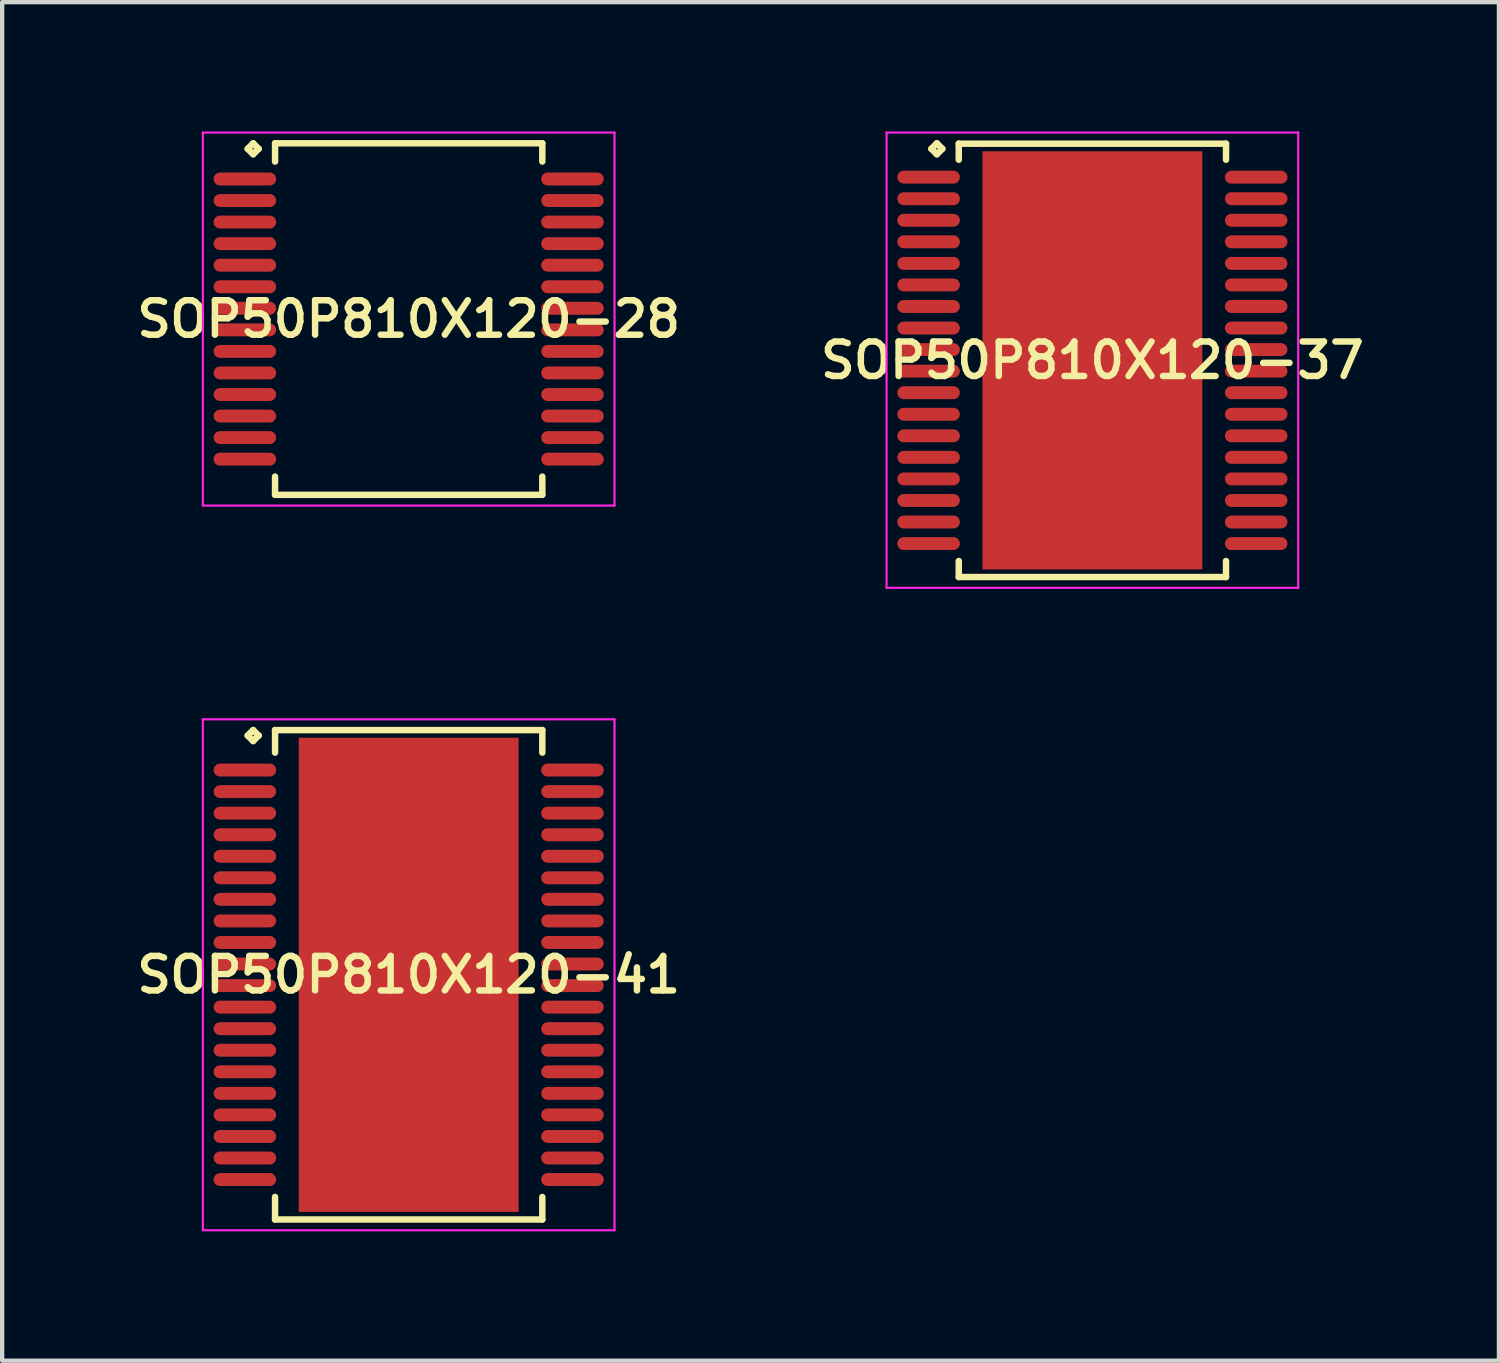
<source format=kicad_pcb>
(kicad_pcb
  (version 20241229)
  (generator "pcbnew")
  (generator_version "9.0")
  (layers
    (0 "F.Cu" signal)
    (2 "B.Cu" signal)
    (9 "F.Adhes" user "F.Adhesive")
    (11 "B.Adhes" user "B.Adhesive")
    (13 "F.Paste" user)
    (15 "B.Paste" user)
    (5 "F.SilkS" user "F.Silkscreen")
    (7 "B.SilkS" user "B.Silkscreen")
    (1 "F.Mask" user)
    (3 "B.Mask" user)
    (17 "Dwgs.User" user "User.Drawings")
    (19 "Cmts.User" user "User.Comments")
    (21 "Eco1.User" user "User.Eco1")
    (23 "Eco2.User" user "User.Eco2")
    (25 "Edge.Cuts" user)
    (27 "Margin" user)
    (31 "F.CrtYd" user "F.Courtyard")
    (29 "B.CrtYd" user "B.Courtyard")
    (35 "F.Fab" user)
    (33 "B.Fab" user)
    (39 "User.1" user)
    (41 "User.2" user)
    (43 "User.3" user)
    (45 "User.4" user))
  (footprint "SOP50P810X120-37"
    (layer "F.Cu")
    (at 22.292 5.31)
    (property "Reference" "SOP50P810X120-37" (at 0 0 0) (layer "F.SilkS") (effects (font (size 0.8 0.8) (thickness 0.15))))
    (attr smd)
    (fp_line (start -3.735 -4.908) (end -3.608 -5.035) (stroke (width 0.15) (type solid)) (layer "F.SilkS"))
    (fp_line (start -3.608 -5.035) (end -3.481 -4.908) (stroke (width 0.15) (type solid)) (layer "F.SilkS"))
    (fp_line (start -3.608 -4.781) (end -3.735 -4.908) (stroke (width 0.15) (type solid)) (layer "F.SilkS"))
    (fp_line (start -3.481 -4.908) (end -3.608 -4.781) (stroke (width 0.15) (type solid)) (layer "F.SilkS"))
    (fp_line (start -3.1 -5.027) (end 3.1 -5.027) (stroke (width 0.15) (type solid)) (layer "F.SilkS"))
    (fp_line (start -3.1 -4.654) (end -3.1 -5.027) (stroke (width 0.15) (type solid)) (layer "F.SilkS"))
    (fp_line (start -3.1 4.654) (end -3.1 5.027) (stroke (width 0.15) (type solid)) (layer "F.SilkS"))
    (fp_line (start -3.1 5.027) (end 3.1 5.027) (stroke (width 0.15) (type solid)) (layer "F.SilkS"))
    (fp_line (start 3.1 -5.027) (end 3.1 -4.654) (stroke (width 0.15) (type solid)) (layer "F.SilkS"))
    (fp_line (start 3.1 5.027) (end 3.1 4.654) (stroke (width 0.15) (type solid)) (layer "F.SilkS"))
    (fp_line (start -4.775 -5.285) (end 4.775 -5.285) (stroke (width 0.05) (type solid)) (layer "F.CrtYd"))
    (fp_line (start -4.775 5.277) (end -4.775 -5.285) (stroke (width 0.05) (type solid)) (layer "F.CrtYd"))
    (fp_line (start 4.775 -5.285) (end 4.775 5.277) (stroke (width 0.05) (type solid)) (layer "F.CrtYd"))
    (fp_line (start 4.775 5.277) (end -4.775 5.277) (stroke (width 0.05) (type solid)) (layer "F.CrtYd"))
    (pad "1" smd oval (at -3.8 -4.25) (size 1.45 0.3) (layers "F.Cu" "F.Mask" "F.Paste"))
    (pad "2" smd oval (at -3.8 -3.75) (size 1.45 0.3) (layers "F.Cu" "F.Mask" "F.Paste"))
    (pad "3" smd oval (at -3.8 -3.25) (size 1.45 0.3) (layers "F.Cu" "F.Mask" "F.Paste"))
    (pad "4" smd oval (at -3.8 -2.75) (size 1.45 0.3) (layers "F.Cu" "F.Mask" "F.Paste"))
    (pad "5" smd oval (at -3.8 -2.25) (size 1.45 0.3) (layers "F.Cu" "F.Mask" "F.Paste"))
    (pad "6" smd oval (at -3.8 -1.75) (size 1.45 0.3) (layers "F.Cu" "F.Mask" "F.Paste"))
    (pad "7" smd oval (at -3.8 -1.25) (size 1.45 0.3) (layers "F.Cu" "F.Mask" "F.Paste"))
    (pad "8" smd oval (at -3.8 -0.75) (size 1.45 0.3) (layers "F.Cu" "F.Mask" "F.Paste"))
    (pad "9" smd oval (at -3.8 -0.25) (size 1.45 0.3) (layers "F.Cu" "F.Mask" "F.Paste"))
    (pad "10" smd oval (at -3.8 0.25) (size 1.45 0.3) (layers "F.Cu" "F.Mask" "F.Paste"))
    (pad "11" smd oval (at -3.8 0.75) (size 1.45 0.3) (layers "F.Cu" "F.Mask" "F.Paste"))
    (pad "12" smd oval (at -3.8 1.25) (size 1.45 0.3) (layers "F.Cu" "F.Mask" "F.Paste"))
    (pad "13" smd oval (at -3.8 1.75) (size 1.45 0.3) (layers "F.Cu" "F.Mask" "F.Paste"))
    (pad "14" smd oval (at -3.8 2.25) (size 1.45 0.3) (layers "F.Cu" "F.Mask" "F.Paste"))
    (pad "15" smd oval (at -3.8 2.75) (size 1.45 0.3) (layers "F.Cu" "F.Mask" "F.Paste"))
    (pad "16" smd oval (at -3.8 3.25) (size 1.45 0.3) (layers "F.Cu" "F.Mask" "F.Paste"))
    (pad "17" smd oval (at -3.8 3.75) (size 1.45 0.3) (layers "F.Cu" "F.Mask" "F.Paste"))
    (pad "18" smd oval (at -3.8 4.25) (size 1.45 0.3) (layers "F.Cu" "F.Mask" "F.Paste"))
    (pad "19" smd oval (at 3.8 4.25) (size 1.45 0.3) (layers "F.Cu" "F.Mask" "F.Paste"))
    (pad "20" smd oval (at 3.8 3.75) (size 1.45 0.3) (layers "F.Cu" "F.Mask" "F.Paste"))
    (pad "21" smd oval (at 3.8 3.25) (size 1.45 0.3) (layers "F.Cu" "F.Mask" "F.Paste"))
    (pad "22" smd oval (at 3.8 2.75) (size 1.45 0.3) (layers "F.Cu" "F.Mask" "F.Paste"))
    (pad "23" smd oval (at 3.8 2.25) (size 1.45 0.3) (layers "F.Cu" "F.Mask" "F.Paste"))
    (pad "24" smd oval (at 3.8 1.75) (size 1.45 0.3) (layers "F.Cu" "F.Mask" "F.Paste"))
    (pad "25" smd oval (at 3.8 1.25) (size 1.45 0.3) (layers "F.Cu" "F.Mask" "F.Paste"))
    (pad "26" smd oval (at 3.8 0.75) (size 1.45 0.3) (layers "F.Cu" "F.Mask" "F.Paste"))
    (pad "27" smd oval (at 3.8 0.25) (size 1.45 0.3) (layers "F.Cu" "F.Mask" "F.Paste"))
    (pad "28" smd oval (at 3.8 -0.25) (size 1.45 0.3) (layers "F.Cu" "F.Mask" "F.Paste"))
    (pad "29" smd oval (at 3.8 -0.75) (size 1.45 0.3) (layers "F.Cu" "F.Mask" "F.Paste"))
    (pad "30" smd oval (at 3.8 -1.25) (size 1.45 0.3) (layers "F.Cu" "F.Mask" "F.Paste"))
    (pad "31" smd oval (at 3.8 -1.75) (size 1.45 0.3) (layers "F.Cu" "F.Mask" "F.Paste"))
    (pad "32" smd oval (at 3.8 -2.25) (size 1.45 0.3) (layers "F.Cu" "F.Mask" "F.Paste"))
    (pad "33" smd oval (at 3.8 -2.75) (size 1.45 0.3) (layers "F.Cu" "F.Mask" "F.Paste"))
    (pad "34" smd oval (at 3.8 -3.25) (size 1.45 0.3) (layers "F.Cu" "F.Mask" "F.Paste"))
    (pad "35" smd oval (at 3.8 -3.75) (size 1.45 0.3) (layers "F.Cu" "F.Mask" "F.Paste"))
    (pad "36" smd oval (at 3.8 -4.25) (size 1.45 0.3) (layers "F.Cu" "F.Mask" "F.Paste"))
    (pad "37" smd rect (at 0 0) (size 5.1 9.7) (layers "F.Cu" "F.Mask" "F.Paste")))
  (footprint "SOP50P810X120-41"
    (layer "F.Cu")
    (at 6.431 19.564)
    (property "Reference" "SOP50P810X120-41" (at 0 0 0) (layer "F.SilkS") (effects (font (size 0.8 0.8) (thickness 0.15))))
    (attr smd)
    (fp_line (start -3.735 -5.55) (end -3.608 -5.677) (stroke (width 0.15) (type solid)) (layer "F.SilkS"))
    (fp_line (start -3.608 -5.677) (end -3.481 -5.55) (stroke (width 0.15) (type solid)) (layer "F.SilkS"))
    (fp_line (start -3.608 -5.423) (end -3.735 -5.55) (stroke (width 0.15) (type solid)) (layer "F.SilkS"))
    (fp_line (start -3.481 -5.55) (end -3.608 -5.423) (stroke (width 0.15) (type solid)) (layer "F.SilkS"))
    (fp_line (start -3.1 -5.677) (end 3.1 -5.677) (stroke (width 0.15) (type solid)) (layer "F.SilkS"))
    (fp_line (start -3.1 -5.154) (end -3.1 -5.677) (stroke (width 0.15) (type solid)) (layer "F.SilkS"))
    (fp_line (start -3.1 5.154) (end -3.1 5.677) (stroke (width 0.15) (type solid)) (layer "F.SilkS"))
    (fp_line (start -3.1 5.677) (end 3.1 5.677) (stroke (width 0.15) (type solid)) (layer "F.SilkS"))
    (fp_line (start 3.1 -5.677) (end 3.1 -5.154) (stroke (width 0.15) (type solid)) (layer "F.SilkS"))
    (fp_line (start 3.1 5.677) (end 3.1 5.154) (stroke (width 0.15) (type solid)) (layer "F.SilkS"))
    (fp_line (start -4.775 -5.927) (end 4.775 -5.927) (stroke (width 0.05) (type solid)) (layer "F.CrtYd"))
    (fp_line (start -4.775 5.927) (end -4.775 -5.927) (stroke (width 0.05) (type solid)) (layer "F.CrtYd"))
    (fp_line (start 4.775 -5.927) (end 4.775 5.927) (stroke (width 0.05) (type solid)) (layer "F.CrtYd"))
    (fp_line (start 4.775 5.927) (end -4.775 5.927) (stroke (width 0.05) (type solid)) (layer "F.CrtYd"))
    (pad "1" smd oval (at -3.8 -4.75) (size 1.45 0.3) (layers "F.Cu" "F.Mask" "F.Paste"))
    (pad "2" smd oval (at -3.8 -4.25) (size 1.45 0.3) (layers "F.Cu" "F.Mask" "F.Paste"))
    (pad "3" smd oval (at -3.8 -3.75) (size 1.45 0.3) (layers "F.Cu" "F.Mask" "F.Paste"))
    (pad "4" smd oval (at -3.8 -3.25) (size 1.45 0.3) (layers "F.Cu" "F.Mask" "F.Paste"))
    (pad "5" smd oval (at -3.8 -2.75) (size 1.45 0.3) (layers "F.Cu" "F.Mask" "F.Paste"))
    (pad "6" smd oval (at -3.8 -2.25) (size 1.45 0.3) (layers "F.Cu" "F.Mask" "F.Paste"))
    (pad "7" smd oval (at -3.8 -1.75) (size 1.45 0.3) (layers "F.Cu" "F.Mask" "F.Paste"))
    (pad "8" smd oval (at -3.8 -1.25) (size 1.45 0.3) (layers "F.Cu" "F.Mask" "F.Paste"))
    (pad "9" smd oval (at -3.8 -0.75) (size 1.45 0.3) (layers "F.Cu" "F.Mask" "F.Paste"))
    (pad "10" smd oval (at -3.8 -0.25) (size 1.45 0.3) (layers "F.Cu" "F.Mask" "F.Paste"))
    (pad "11" smd oval (at -3.8 0.25) (size 1.45 0.3) (layers "F.Cu" "F.Mask" "F.Paste"))
    (pad "12" smd oval (at -3.8 0.75) (size 1.45 0.3) (layers "F.Cu" "F.Mask" "F.Paste"))
    (pad "13" smd oval (at -3.8 1.25) (size 1.45 0.3) (layers "F.Cu" "F.Mask" "F.Paste"))
    (pad "14" smd oval (at -3.8 1.75) (size 1.45 0.3) (layers "F.Cu" "F.Mask" "F.Paste"))
    (pad "15" smd oval (at -3.8 2.25) (size 1.45 0.3) (layers "F.Cu" "F.Mask" "F.Paste"))
    (pad "16" smd oval (at -3.8 2.75) (size 1.45 0.3) (layers "F.Cu" "F.Mask" "F.Paste"))
    (pad "17" smd oval (at -3.8 3.25) (size 1.45 0.3) (layers "F.Cu" "F.Mask" "F.Paste"))
    (pad "18" smd oval (at -3.8 3.75) (size 1.45 0.3) (layers "F.Cu" "F.Mask" "F.Paste"))
    (pad "19" smd oval (at -3.8 4.25) (size 1.45 0.3) (layers "F.Cu" "F.Mask" "F.Paste"))
    (pad "20" smd oval (at -3.8 4.75) (size 1.45 0.3) (layers "F.Cu" "F.Mask" "F.Paste"))
    (pad "21" smd oval (at 3.8 4.75) (size 1.45 0.3) (layers "F.Cu" "F.Mask" "F.Paste"))
    (pad "22" smd oval (at 3.8 4.25) (size 1.45 0.3) (layers "F.Cu" "F.Mask" "F.Paste"))
    (pad "23" smd oval (at 3.8 3.75) (size 1.45 0.3) (layers "F.Cu" "F.Mask" "F.Paste"))
    (pad "24" smd oval (at 3.8 3.25) (size 1.45 0.3) (layers "F.Cu" "F.Mask" "F.Paste"))
    (pad "25" smd oval (at 3.8 2.75) (size 1.45 0.3) (layers "F.Cu" "F.Mask" "F.Paste"))
    (pad "26" smd oval (at 3.8 2.25) (size 1.45 0.3) (layers "F.Cu" "F.Mask" "F.Paste"))
    (pad "27" smd oval (at 3.8 1.75) (size 1.45 0.3) (layers "F.Cu" "F.Mask" "F.Paste"))
    (pad "28" smd oval (at 3.8 1.25) (size 1.45 0.3) (layers "F.Cu" "F.Mask" "F.Paste"))
    (pad "29" smd oval (at 3.8 0.75) (size 1.45 0.3) (layers "F.Cu" "F.Mask" "F.Paste"))
    (pad "30" smd oval (at 3.8 0.25) (size 1.45 0.3) (layers "F.Cu" "F.Mask" "F.Paste"))
    (pad "31" smd oval (at 3.8 -0.25) (size 1.45 0.3) (layers "F.Cu" "F.Mask" "F.Paste"))
    (pad "32" smd oval (at 3.8 -0.75) (size 1.45 0.3) (layers "F.Cu" "F.Mask" "F.Paste"))
    (pad "33" smd oval (at 3.8 -1.25) (size 1.45 0.3) (layers "F.Cu" "F.Mask" "F.Paste"))
    (pad "34" smd oval (at 3.8 -1.75) (size 1.45 0.3) (layers "F.Cu" "F.Mask" "F.Paste"))
    (pad "35" smd oval (at 3.8 -2.25) (size 1.45 0.3) (layers "F.Cu" "F.Mask" "F.Paste"))
    (pad "36" smd oval (at 3.8 -2.75) (size 1.45 0.3) (layers "F.Cu" "F.Mask" "F.Paste"))
    (pad "37" smd oval (at 3.8 -3.25) (size 1.45 0.3) (layers "F.Cu" "F.Mask" "F.Paste"))
    (pad "38" smd oval (at 3.8 -3.75) (size 1.45 0.3) (layers "F.Cu" "F.Mask" "F.Paste"))
    (pad "39" smd oval (at 3.8 -4.25) (size 1.45 0.3) (layers "F.Cu" "F.Mask" "F.Paste"))
    (pad "40" smd oval (at 3.8 -4.75) (size 1.45 0.3) (layers "F.Cu" "F.Mask" "F.Paste"))
    (pad "41" smd rect (at 0 0) (size 5.1 11) (layers "F.Cu" "F.Mask" "F.Paste")))
  (footprint "SOP50P810X120-28"
    (layer "F.Cu")
    (at 6.431 4.352)
    (property "Reference" "SOP50P810X120-28" (at 0 0 0) (layer "F.SilkS") (effects (font (size 0.8 0.8) (thickness 0.15))))
    (attr smd)
    (fp_line (start -3.735 -3.95) (end -3.608 -4.077) (stroke (width 0.15) (type solid)) (layer "F.SilkS"))
    (fp_line (start -3.608 -4.077) (end -3.481 -3.95) (stroke (width 0.15) (type solid)) (layer "F.SilkS"))
    (fp_line (start -3.608 -3.823) (end -3.735 -3.95) (stroke (width 0.15) (type solid)) (layer "F.SilkS"))
    (fp_line (start -3.481 -3.95) (end -3.608 -3.823) (stroke (width 0.15) (type solid)) (layer "F.SilkS"))
    (fp_line (start -3.1 -4.077) (end 3.1 -4.077) (stroke (width 0.15) (type solid)) (layer "F.SilkS"))
    (fp_line (start -3.1 -3.654) (end -3.1 -4.077) (stroke (width 0.15) (type solid)) (layer "F.SilkS"))
    (fp_line (start -3.1 3.654) (end -3.1 4.077) (stroke (width 0.15) (type solid)) (layer "F.SilkS"))
    (fp_line (start -3.1 4.077) (end 3.1 4.077) (stroke (width 0.15) (type solid)) (layer "F.SilkS"))
    (fp_line (start 3.1 -4.077) (end 3.1 -3.654) (stroke (width 0.15) (type solid)) (layer "F.SilkS"))
    (fp_line (start 3.1 4.077) (end 3.1 3.654) (stroke (width 0.15) (type solid)) (layer "F.SilkS"))
    (fp_line (start -4.775 -4.327) (end 4.775 -4.327) (stroke (width 0.05) (type solid)) (layer "F.CrtYd"))
    (fp_line (start -4.775 4.327) (end -4.775 -4.327) (stroke (width 0.05) (type solid)) (layer "F.CrtYd"))
    (fp_line (start 4.775 -4.327) (end 4.775 4.327) (stroke (width 0.05) (type solid)) (layer "F.CrtYd"))
    (fp_line (start 4.775 4.327) (end -4.775 4.327) (stroke (width 0.05) (type solid)) (layer "F.CrtYd"))
    (pad "1" smd oval (at -3.8 -3.25) (size 1.45 0.3) (layers "F.Cu" "F.Mask" "F.Paste"))
    (pad "2" smd oval (at -3.8 -2.75) (size 1.45 0.3) (layers "F.Cu" "F.Mask" "F.Paste"))
    (pad "3" smd oval (at -3.8 -2.25) (size 1.45 0.3) (layers "F.Cu" "F.Mask" "F.Paste"))
    (pad "4" smd oval (at -3.8 -1.75) (size 1.45 0.3) (layers "F.Cu" "F.Mask" "F.Paste"))
    (pad "5" smd oval (at -3.8 -1.25) (size 1.45 0.3) (layers "F.Cu" "F.Mask" "F.Paste"))
    (pad "6" smd oval (at -3.8 -0.75) (size 1.45 0.3) (layers "F.Cu" "F.Mask" "F.Paste"))
    (pad "7" smd oval (at -3.8 -0.25) (size 1.45 0.3) (layers "F.Cu" "F.Mask" "F.Paste"))
    (pad "8" smd oval (at -3.8 0.25) (size 1.45 0.3) (layers "F.Cu" "F.Mask" "F.Paste"))
    (pad "9" smd oval (at -3.8 0.75) (size 1.45 0.3) (layers "F.Cu" "F.Mask" "F.Paste"))
    (pad "10" smd oval (at -3.8 1.25) (size 1.45 0.3) (layers "F.Cu" "F.Mask" "F.Paste"))
    (pad "11" smd oval (at -3.8 1.75) (size 1.45 0.3) (layers "F.Cu" "F.Mask" "F.Paste"))
    (pad "12" smd oval (at -3.8 2.25) (size 1.45 0.3) (layers "F.Cu" "F.Mask" "F.Paste"))
    (pad "13" smd oval (at -3.8 2.75) (size 1.45 0.3) (layers "F.Cu" "F.Mask" "F.Paste"))
    (pad "14" smd oval (at -3.8 3.25) (size 1.45 0.3) (layers "F.Cu" "F.Mask" "F.Paste"))
    (pad "15" smd oval (at 3.8 3.25) (size 1.45 0.3) (layers "F.Cu" "F.Mask" "F.Paste"))
    (pad "16" smd oval (at 3.8 2.75) (size 1.45 0.3) (layers "F.Cu" "F.Mask" "F.Paste"))
    (pad "17" smd oval (at 3.8 2.25) (size 1.45 0.3) (layers "F.Cu" "F.Mask" "F.Paste"))
    (pad "18" smd oval (at 3.8 1.75) (size 1.45 0.3) (layers "F.Cu" "F.Mask" "F.Paste"))
    (pad "19" smd oval (at 3.8 1.25) (size 1.45 0.3) (layers "F.Cu" "F.Mask" "F.Paste"))
    (pad "20" smd oval (at 3.8 0.75) (size 1.45 0.3) (layers "F.Cu" "F.Mask" "F.Paste"))
    (pad "21" smd oval (at 3.8 0.25) (size 1.45 0.3) (layers "F.Cu" "F.Mask" "F.Paste"))
    (pad "22" smd oval (at 3.8 -0.25) (size 1.45 0.3) (layers "F.Cu" "F.Mask" "F.Paste"))
    (pad "23" smd oval (at 3.8 -0.75) (size 1.45 0.3) (layers "F.Cu" "F.Mask" "F.Paste"))
    (pad "24" smd oval (at 3.8 -1.25) (size 1.45 0.3) (layers "F.Cu" "F.Mask" "F.Paste"))
    (pad "25" smd oval (at 3.8 -1.75) (size 1.45 0.3) (layers "F.Cu" "F.Mask" "F.Paste"))
    (pad "26" smd oval (at 3.8 -2.25) (size 1.45 0.3) (layers "F.Cu" "F.Mask" "F.Paste"))
    (pad "27" smd oval (at 3.8 -2.75) (size 1.45 0.3) (layers "F.Cu" "F.Mask" "F.Paste"))
    (pad "28" smd oval (at 3.8 -3.25) (size 1.45 0.3) (layers "F.Cu" "F.Mask" "F.Paste")))
  (gr_rect
    (start -3 -3)
    (end 31.723 28.516)
    (stroke (width 0.1) (type default))
    (fill no)
    (layer "Edge.Cuts")))
</source>
